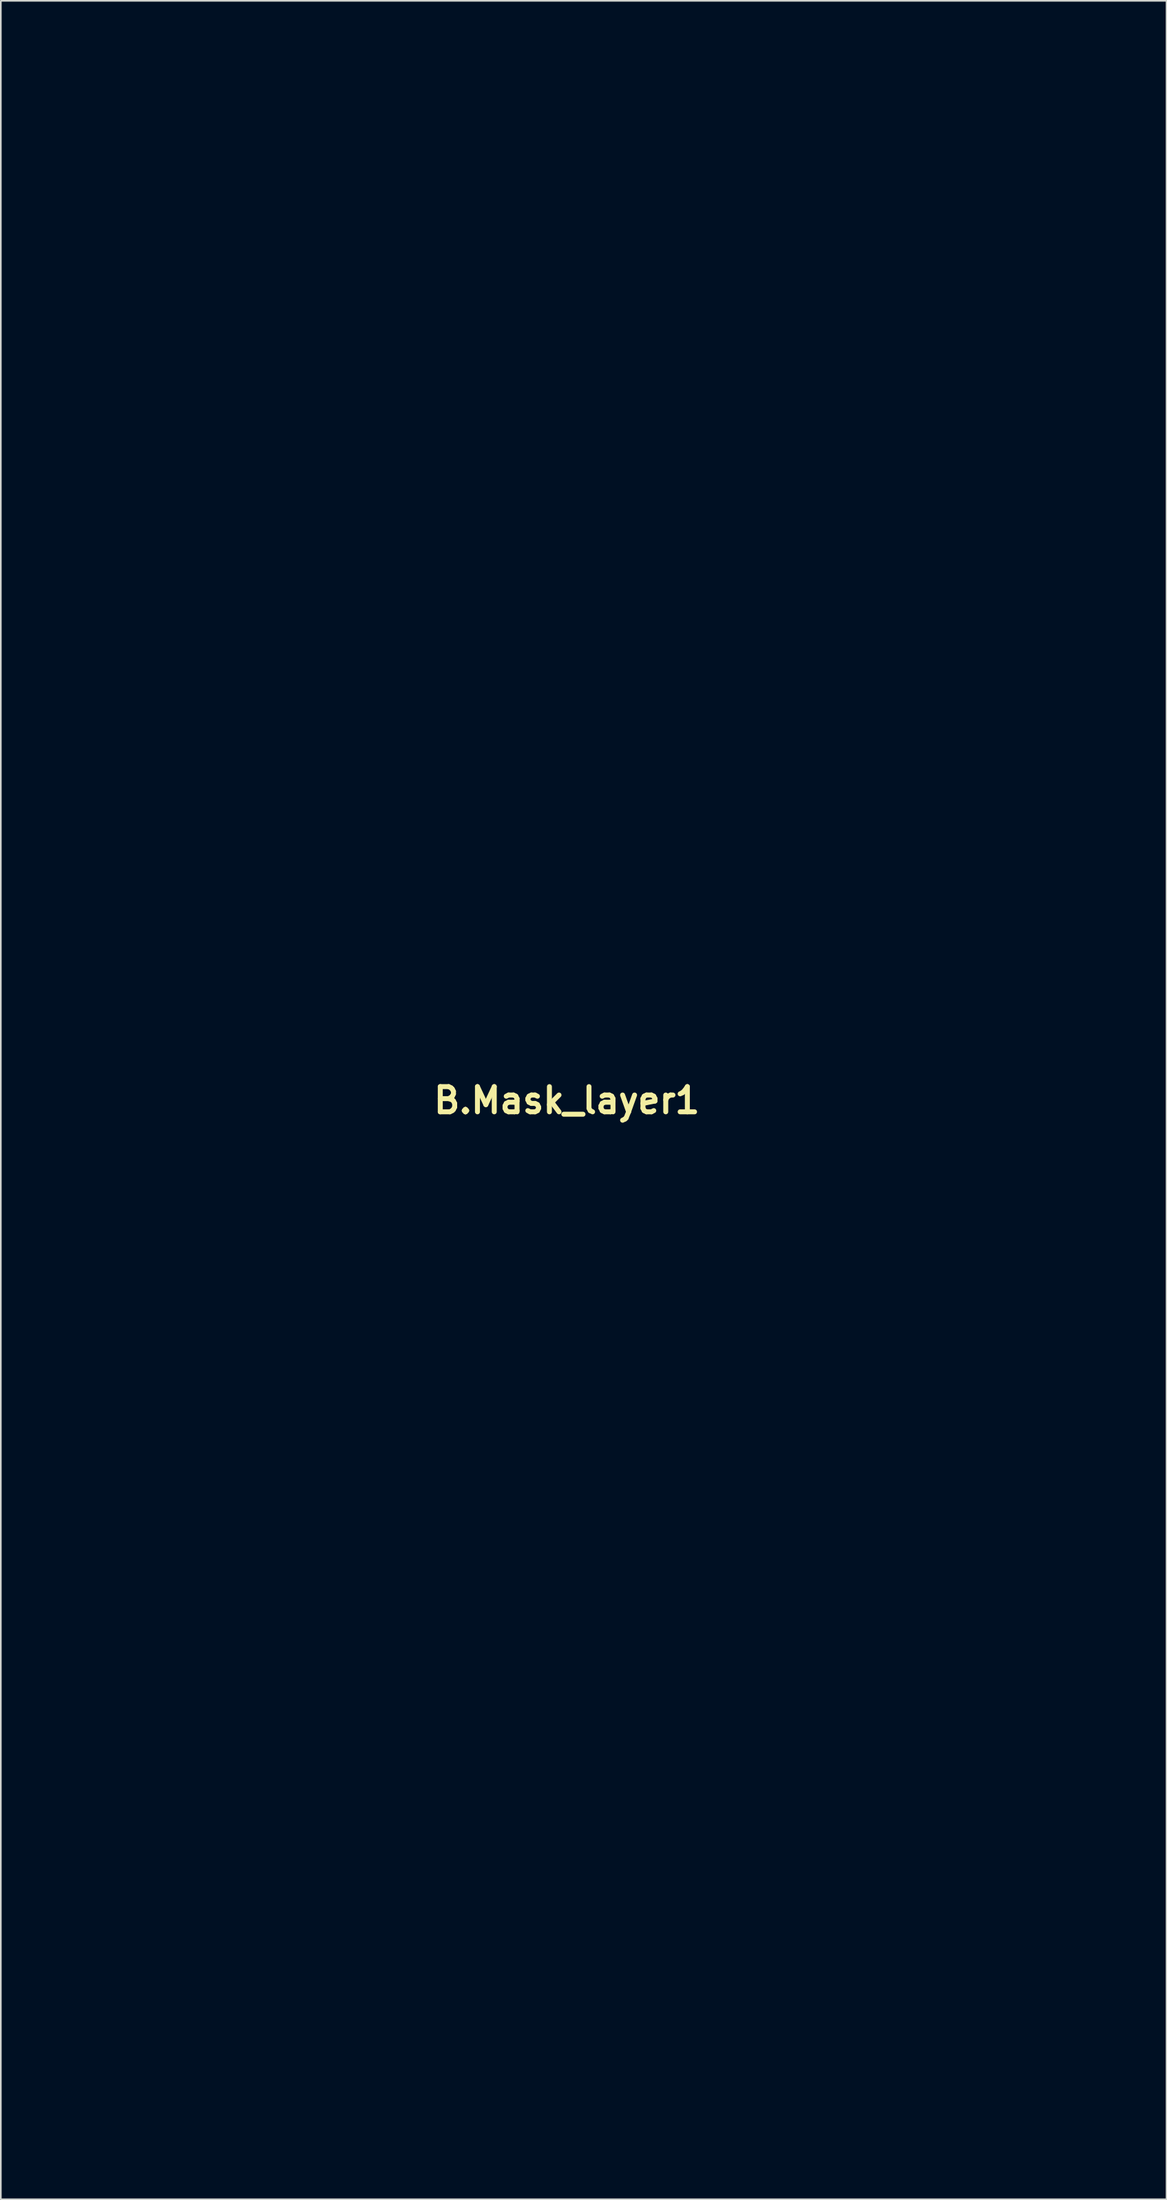
<source format=kicad_pcb>
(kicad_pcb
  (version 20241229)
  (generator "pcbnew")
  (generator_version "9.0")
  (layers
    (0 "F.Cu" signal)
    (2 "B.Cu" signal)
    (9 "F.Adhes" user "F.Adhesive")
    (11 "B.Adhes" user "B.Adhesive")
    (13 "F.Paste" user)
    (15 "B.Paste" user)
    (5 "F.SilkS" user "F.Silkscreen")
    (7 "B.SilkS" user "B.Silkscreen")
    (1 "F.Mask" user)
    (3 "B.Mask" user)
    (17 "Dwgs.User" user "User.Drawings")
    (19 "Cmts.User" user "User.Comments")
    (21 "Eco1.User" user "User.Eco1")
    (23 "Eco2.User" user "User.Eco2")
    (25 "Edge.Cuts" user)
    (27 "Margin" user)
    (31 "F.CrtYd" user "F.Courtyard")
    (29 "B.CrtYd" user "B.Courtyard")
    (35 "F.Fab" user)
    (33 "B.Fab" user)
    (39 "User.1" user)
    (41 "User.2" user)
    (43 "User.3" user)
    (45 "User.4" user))
  (footprint "B.Mask_layer1"
    (layer "F.Cu")
    (at 31.246 63.526)
    (property "Reference" "B.Mask_layer1" (at 0 0 0) (layer "F.SilkS") (effects (font (size 1.524 1.524) (thickness 0.3))))
    (attr through_hole)
    (fp_poly (pts (xy -25.739 31.03) (xy -30.353 31.03) (xy -30.353 26.416) (xy -25.739 26.416) (xy -25.739 31.03)) (stroke (width 0.01) (type solid)) (fill yes) (layer "B.Mask"))
    (fp_poly (pts (xy -25.739 46.419) (xy -30.353 46.419) (xy -30.353 41.804) (xy -25.739 41.804) (xy -25.739 46.419)) (stroke (width 0.01) (type solid)) (fill yes) (layer "B.Mask"))
    (fp_poly (pts (xy -7.027 31.03) (xy -11.663 31.03) (xy -11.663 26.416) (xy -7.027 26.416) (xy -7.027 31.03)) (stroke (width 0.01) (type solid)) (fill yes) (layer "B.Mask"))
    (fp_poly (pts (xy -7.027 46.419) (xy -11.663 46.419) (xy -11.663 41.804) (xy -7.027 41.804) (xy -7.027 46.419)) (stroke (width 0.01) (type solid)) (fill yes) (layer "B.Mask"))
    (fp_poly (pts (xy 11.663 31.03) (xy 7.027 31.03) (xy 7.027 26.416) (xy 11.663 26.416) (xy 11.663 31.03)) (stroke (width 0.01) (type solid)) (fill yes) (layer "B.Mask"))
    (fp_poly (pts (xy 11.663 46.419) (xy 7.027 46.419) (xy 7.027 41.804) (xy 11.663 41.804) (xy 11.663 46.419)) (stroke (width 0.01) (type solid)) (fill yes) (layer "B.Mask"))
    (fp_poly (pts (xy 30.353 31.03) (xy 25.739 31.03) (xy 25.739 26.416) (xy 30.353 26.416) (xy 30.353 31.03)) (stroke (width 0.01) (type solid)) (fill yes) (layer "B.Mask"))
    (fp_poly (pts (xy 30.353 46.419) (xy 25.739 46.419) (xy 25.739 41.804) (xy 30.353 41.804) (xy 30.353 46.419)) (stroke (width 0.01) (type solid)) (fill yes) (layer "B.Mask"))
    (fp_poly (pts (xy -5.143 -53.456) (xy -4.064 -52.377) (xy -4.768 -51.673) (xy -5.472 -50.969) (xy -7.63 -53.128) (xy -6.927 -53.832) (xy -6.223 -54.536) (xy -5.143 -53.456)) (stroke (width 0.01) (type solid)) (fill yes) (layer "B.Mask"))
    (fp_poly (pts (xy 13.531 -53.451) (xy 14.605 -52.377) (xy 13.901 -51.673) (xy 13.197 -50.969) (xy 11.049 -53.118) (xy 11.753 -53.822) (xy 12.457 -54.525) (xy 13.531 -53.451)) (stroke (width 0.01) (type solid)) (fill yes) (layer "B.Mask"))
    (fp_poly (pts (xy 13.531 -15.965) (xy 14.605 -14.891) (xy 13.901 -14.187) (xy 13.197 -13.483) (xy 12.123 -14.557) (xy 11.049 -15.632) (xy 11.753 -16.335) (xy 12.457 -17.039) (xy 13.531 -15.965)) (stroke (width 0.01) (type solid)) (fill yes) (layer "B.Mask"))
    (fp_poly (pts (xy 14.615 -27.39) (xy 13.917 -26.691) (xy 13.775 -26.55) (xy 13.642 -26.418) (xy 13.52 -26.298) (xy 13.414 -26.194) (xy 13.325 -26.109) (xy 13.258 -26.045) (xy 13.214 -26.005) (xy 13.197 -25.993) (xy 13.179 -26.007) (xy 13.134 -26.049) (xy 13.063 -26.117) (xy 12.97 -26.207) (xy 12.857 -26.318) (xy 12.726 -26.447) (xy 12.58 -26.591) (xy 12.421 -26.749) (xy 12.251 -26.918) (xy 12.113 -27.056) (xy 11.049 -28.12) (xy 12.467 -29.538) (xy 14.615 -27.39)) (stroke (width 0.01) (type solid)) (fill yes) (layer "B.Mask"))
    (fp_poly (pts (xy -5.144 -28.459) (xy -4.064 -27.379) (xy -4.757 -26.686) (xy -4.899 -26.545) (xy -5.031 -26.413) (xy -5.152 -26.295) (xy -5.258 -26.191) (xy -5.346 -26.106) (xy -5.413 -26.043) (xy -5.456 -26.004) (xy -5.472 -25.993) (xy -5.49 -26.007) (xy -5.535 -26.049) (xy -5.606 -26.117) (xy -5.699 -26.207) (xy -5.812 -26.318) (xy -5.943 -26.447) (xy -6.09 -26.592) (xy -6.249 -26.75) (xy -6.419 -26.919) (xy -6.562 -27.062) (xy -7.63 -28.131) (xy -6.223 -29.538) (xy -5.144 -28.459)) (stroke (width 0.01) (type solid)) (fill yes) (layer "B.Mask"))
    (fp_poly (pts (xy -5.138 -15.965) (xy -4.064 -14.891) (xy -4.768 -14.187) (xy -4.91 -14.045) (xy -5.043 -13.912) (xy -5.164 -13.793) (xy -5.27 -13.688) (xy -5.357 -13.602) (xy -5.424 -13.537) (xy -5.467 -13.497) (xy -5.482 -13.483) (xy -5.498 -13.498) (xy -5.542 -13.54) (xy -5.611 -13.607) (xy -5.703 -13.698) (xy -5.815 -13.808) (xy -5.945 -13.937) (xy -6.09 -14.082) (xy -6.249 -14.24) (xy -6.418 -14.408) (xy -6.562 -14.552) (xy -7.63 -15.621) (xy -6.213 -17.039) (xy -5.138 -15.965)) (stroke (width 0.01) (type solid)) (fill yes) (layer "B.Mask"))
    (fp_poly (pts (xy 33.285 -52.388) (xy 32.575 -51.678) (xy 31.866 -50.969) (xy 30.803 -52.033) (xy 30.627 -52.209) (xy 30.461 -52.376) (xy 30.305 -52.533) (xy 30.164 -52.676) (xy 30.039 -52.803) (xy 29.932 -52.913) (xy 29.847 -53.001) (xy 29.785 -53.066) (xy 29.748 -53.106) (xy 29.739 -53.118) (xy 29.754 -53.137) (xy 29.795 -53.182) (xy 29.861 -53.252) (xy 29.948 -53.342) (xy 30.053 -53.45) (xy 30.174 -53.572) (xy 30.307 -53.706) (xy 30.438 -53.837) (xy 31.136 -54.536) (xy 33.285 -52.388)) (stroke (width 0.01) (type solid)) (fill yes) (layer "B.Mask"))
    (fp_poly (pts (xy -23.818 -40.952) (xy -22.744 -39.878) (xy -23.442 -39.18) (xy -23.584 -39.038) (xy -23.716 -38.906) (xy -23.837 -38.787) (xy -23.942 -38.683) (xy -24.029 -38.597) (xy -24.095 -38.533) (xy -24.137 -38.494) (xy -24.151 -38.481) (xy -24.167 -38.496) (xy -24.211 -38.538) (xy -24.28 -38.605) (xy -24.372 -38.695) (xy -24.484 -38.806) (xy -24.614 -38.935) (xy -24.759 -39.079) (xy -24.918 -39.237) (xy -25.087 -39.406) (xy -25.231 -39.55) (xy -26.299 -40.619) (xy -25.596 -41.323) (xy -24.892 -42.026) (xy -23.818 -40.952)) (stroke (width 0.01) (type solid)) (fill yes) (layer "B.Mask"))
    (fp_poly (pts (xy -22.744 -27.39) (xy -23.442 -26.691) (xy -23.584 -26.55) (xy -23.717 -26.418) (xy -23.839 -26.298) (xy -23.945 -26.194) (xy -24.034 -26.109) (xy -24.102 -26.045) (xy -24.145 -26.005) (xy -24.162 -25.993) (xy -24.18 -26.007) (xy -24.225 -26.049) (xy -24.296 -26.117) (xy -24.389 -26.207) (xy -24.502 -26.318) (xy -24.633 -26.446) (xy -24.779 -26.591) (xy -24.938 -26.748) (xy -25.107 -26.917) (xy -25.236 -27.046) (xy -25.411 -27.221) (xy -25.576 -27.387) (xy -25.731 -27.543) (xy -25.871 -27.685) (xy -25.995 -27.812) (xy -26.101 -27.92) (xy -26.185 -28.007) (xy -26.246 -28.071) (xy -26.281 -28.11) (xy -26.289 -28.12) (xy -26.274 -28.139) (xy -26.233 -28.185) (xy -26.167 -28.254) (xy -26.08 -28.344) (xy -25.975 -28.452) (xy -25.854 -28.574) (xy -25.722 -28.708) (xy -25.59 -28.84) (xy -24.892 -29.538) (xy -22.744 -27.39)) (stroke (width 0.01) (type solid)) (fill yes) (layer "B.Mask"))
    (fp_poly (pts (xy 33.284 -27.39) (xy 32.586 -26.691) (xy 32.444 -26.55) (xy 32.311 -26.418) (xy 32.189 -26.298) (xy 32.083 -26.194) (xy 31.994 -26.109) (xy 31.927 -26.045) (xy 31.883 -26.005) (xy 31.866 -25.993) (xy 31.848 -26.007) (xy 31.803 -26.049) (xy 31.732 -26.117) (xy 31.639 -26.207) (xy 31.526 -26.318) (xy 31.395 -26.446) (xy 31.249 -26.591) (xy 31.091 -26.748) (xy 30.921 -26.917) (xy 30.792 -27.046) (xy 30.617 -27.221) (xy 30.452 -27.387) (xy 30.298 -27.543) (xy 30.157 -27.685) (xy 30.033 -27.812) (xy 29.928 -27.92) (xy 29.843 -28.007) (xy 29.782 -28.071) (xy 29.747 -28.11) (xy 29.739 -28.12) (xy 29.754 -28.139) (xy 29.795 -28.185) (xy 29.861 -28.254) (xy 29.948 -28.344) (xy 30.053 -28.452) (xy 30.174 -28.574) (xy 30.307 -28.708) (xy 30.438 -28.84) (xy 31.136 -29.538) (xy 33.284 -27.39)) (stroke (width 0.01) (type solid)) (fill yes) (layer "B.Mask"))
    (fp_poly (pts (xy -23.819 -53.463) (xy -22.746 -52.39) (xy -23.441 -51.68) (xy -23.581 -51.536) (xy -23.713 -51.402) (xy -23.833 -51.281) (xy -23.938 -51.176) (xy -24.024 -51.089) (xy -24.091 -51.023) (xy -24.133 -50.983) (xy -24.149 -50.969) (xy -24.165 -50.984) (xy -24.21 -51.026) (xy -24.279 -51.094) (xy -24.371 -51.184) (xy -24.483 -51.294) (xy -24.613 -51.423) (xy -24.759 -51.568) (xy -24.917 -51.725) (xy -25.086 -51.894) (xy -25.225 -52.033) (xy -25.401 -52.209) (xy -25.568 -52.376) (xy -25.723 -52.533) (xy -25.864 -52.676) (xy -25.989 -52.803) (xy -26.096 -52.913) (xy -26.181 -53.001) (xy -26.244 -53.066) (xy -26.28 -53.106) (xy -26.289 -53.118) (xy -26.274 -53.137) (xy -26.233 -53.182) (xy -26.167 -53.252) (xy -26.08 -53.342) (xy -25.975 -53.45) (xy -25.854 -53.572) (xy -25.722 -53.706) (xy -25.59 -53.837) (xy -24.892 -54.536) (xy -23.819 -53.463)) (stroke (width 0.01) (type solid)) (fill yes) (layer "B.Mask"))
    (fp_poly (pts (xy -6.194 -42.001) (xy -6.149 -41.959) (xy -6.078 -41.892) (xy -5.985 -41.801) (xy -5.872 -41.69) (xy -5.741 -41.562) (xy -5.595 -41.417) (xy -5.436 -41.259) (xy -5.266 -41.09) (xy -5.128 -40.952) (xy -4.064 -39.888) (xy -4.768 -39.185) (xy -4.91 -39.043) (xy -5.043 -38.91) (xy -5.164 -38.79) (xy -5.27 -38.686) (xy -5.358 -38.6) (xy -5.424 -38.535) (xy -5.467 -38.494) (xy -5.482 -38.481) (xy -5.499 -38.496) (xy -5.543 -38.538) (xy -5.611 -38.605) (xy -5.703 -38.695) (xy -5.815 -38.806) (xy -5.945 -38.935) (xy -6.09 -39.079) (xy -6.249 -39.237) (xy -6.418 -39.406) (xy -6.562 -39.55) (xy -7.63 -40.619) (xy -6.932 -41.317) (xy -6.79 -41.459) (xy -6.657 -41.591) (xy -6.535 -41.71) (xy -6.429 -41.814) (xy -6.34 -41.9) (xy -6.273 -41.964) (xy -6.229 -42.003) (xy -6.212 -42.016) (xy -6.194 -42.001)) (stroke (width 0.01) (type solid)) (fill yes) (layer "B.Mask"))
    (fp_poly (pts (xy 12.475 -42.001) (xy 12.52 -41.959) (xy 12.591 -41.892) (xy 12.684 -41.801) (xy 12.797 -41.69) (xy 12.928 -41.562) (xy 13.074 -41.417) (xy 13.233 -41.259) (xy 13.403 -41.09) (xy 13.541 -40.952) (xy 14.605 -39.888) (xy 13.901 -39.185) (xy 13.759 -39.043) (xy 13.626 -38.91) (xy 13.505 -38.79) (xy 13.399 -38.686) (xy 13.311 -38.6) (xy 13.245 -38.535) (xy 13.202 -38.494) (xy 13.187 -38.481) (xy 13.17 -38.496) (xy 13.126 -38.538) (xy 13.058 -38.605) (xy 12.966 -38.695) (xy 12.854 -38.806) (xy 12.724 -38.935) (xy 12.579 -39.079) (xy 12.42 -39.237) (xy 12.251 -39.406) (xy 12.107 -39.55) (xy 11.039 -40.619) (xy 11.737 -41.317) (xy 11.879 -41.459) (xy 12.012 -41.591) (xy 12.134 -41.71) (xy 12.24 -41.814) (xy 12.329 -41.9) (xy 12.396 -41.964) (xy 12.44 -42.003) (xy 12.457 -42.016) (xy 12.475 -42.001)) (stroke (width 0.01) (type solid)) (fill yes) (layer "B.Mask"))
    (fp_poly (pts (xy -23.823 -15.981) (xy -23.647 -15.804) (xy -23.48 -15.637) (xy -23.324 -15.48) (xy -23.182 -15.336) (xy -23.057 -15.208) (xy -22.95 -15.099) (xy -22.864 -15.01) (xy -22.801 -14.944) (xy -22.764 -14.903) (xy -22.754 -14.891) (xy -22.769 -14.873) (xy -22.809 -14.828) (xy -22.873 -14.762) (xy -22.956 -14.676) (xy -23.055 -14.575) (xy -23.166 -14.462) (xy -23.285 -14.341) (xy -23.409 -14.216) (xy -23.534 -14.09) (xy -23.657 -13.966) (xy -23.774 -13.849) (xy -23.882 -13.742) (xy -23.976 -13.649) (xy -24.054 -13.573) (xy -24.111 -13.519) (xy -24.144 -13.488) (xy -24.151 -13.483) (xy -24.168 -13.498) (xy -24.212 -13.54) (xy -24.28 -13.607) (xy -24.372 -13.698) (xy -24.484 -13.808) (xy -24.614 -13.937) (xy -24.759 -14.081) (xy -24.917 -14.239) (xy -25.086 -14.408) (xy -25.225 -14.547) (xy -25.401 -14.723) (xy -25.568 -14.89) (xy -25.723 -15.047) (xy -25.864 -15.19) (xy -25.989 -15.317) (xy -26.096 -15.426) (xy -26.181 -15.515) (xy -26.244 -15.58) (xy -26.28 -15.62) (xy -26.289 -15.632) (xy -26.274 -15.651) (xy -26.233 -15.696) (xy -26.167 -15.766) (xy -26.08 -15.856) (xy -25.975 -15.963) (xy -25.854 -16.086) (xy -25.722 -16.22) (xy -25.59 -16.351) (xy -24.892 -17.05) (xy -23.823 -15.981)) (stroke (width 0.01) (type solid)) (fill yes) (layer "B.Mask"))
    (fp_poly (pts (xy 31.144 -42.001) (xy 31.189 -41.959) (xy 31.26 -41.892) (xy 31.353 -41.801) (xy 31.466 -41.69) (xy 31.597 -41.561) (xy 31.744 -41.417) (xy 31.903 -41.259) (xy 32.073 -41.09) (xy 32.216 -40.947) (xy 33.284 -39.878) (xy 32.586 -39.18) (xy 32.444 -39.038) (xy 32.312 -38.906) (xy 32.192 -38.787) (xy 32.086 -38.683) (xy 31.999 -38.597) (xy 31.933 -38.533) (xy 31.892 -38.494) (xy 31.877 -38.481) (xy 31.861 -38.496) (xy 31.817 -38.538) (xy 31.748 -38.605) (xy 31.656 -38.695) (xy 31.544 -38.806) (xy 31.415 -38.935) (xy 31.269 -39.079) (xy 31.111 -39.237) (xy 30.942 -39.405) (xy 30.803 -39.545) (xy 30.627 -39.721) (xy 30.461 -39.888) (xy 30.305 -40.045) (xy 30.164 -40.188) (xy 30.039 -40.315) (xy 29.932 -40.424) (xy 29.847 -40.513) (xy 29.785 -40.578) (xy 29.748 -40.618) (xy 29.739 -40.63) (xy 29.754 -40.649) (xy 29.795 -40.694) (xy 29.859 -40.762) (xy 29.942 -40.848) (xy 30.041 -40.949) (xy 30.152 -41.062) (xy 30.272 -41.182) (xy 30.396 -41.307) (xy 30.521 -41.432) (xy 30.644 -41.554) (xy 30.76 -41.669) (xy 30.867 -41.773) (xy 30.96 -41.863) (xy 31.035 -41.936) (xy 31.091 -41.987) (xy 31.121 -42.013) (xy 31.126 -42.016) (xy 31.144 -42.001)) (stroke (width 0.01) (type solid)) (fill yes) (layer "B.Mask"))
    (fp_poly (pts (xy 32.205 -15.981) (xy 32.381 -15.804) (xy 32.548 -15.637) (xy 32.704 -15.48) (xy 32.846 -15.336) (xy 32.971 -15.208) (xy 33.078 -15.099) (xy 33.165 -15.01) (xy 33.227 -14.944) (xy 33.264 -14.903) (xy 33.274 -14.891) (xy 33.26 -14.873) (xy 33.219 -14.828) (xy 33.155 -14.762) (xy 33.072 -14.676) (xy 32.973 -14.575) (xy 32.863 -14.462) (xy 32.743 -14.341) (xy 32.619 -14.216) (xy 32.494 -14.09) (xy 32.371 -13.966) (xy 32.254 -13.849) (xy 32.147 -13.742) (xy 32.052 -13.649) (xy 31.975 -13.573) (xy 31.917 -13.519) (xy 31.884 -13.488) (xy 31.877 -13.483) (xy 31.86 -13.498) (xy 31.817 -13.54) (xy 31.748 -13.607) (xy 31.656 -13.698) (xy 31.544 -13.808) (xy 31.415 -13.937) (xy 31.269 -14.081) (xy 31.111 -14.239) (xy 30.942 -14.408) (xy 30.803 -14.547) (xy 30.627 -14.723) (xy 30.461 -14.89) (xy 30.305 -15.047) (xy 30.164 -15.19) (xy 30.039 -15.317) (xy 29.932 -15.426) (xy 29.847 -15.515) (xy 29.785 -15.58) (xy 29.748 -15.62) (xy 29.739 -15.632) (xy 29.754 -15.651) (xy 29.795 -15.696) (xy 29.861 -15.766) (xy 29.948 -15.856) (xy 30.053 -15.963) (xy 30.174 -16.086) (xy 30.307 -16.22) (xy 30.438 -16.351) (xy 31.136 -17.05) (xy 32.205 -15.981)) (stroke (width 0.01) (type solid)) (fill yes) (layer "B.Mask"))
    (fp_poly (pts (xy 18.846 0.002) (xy 19.041 0.009) (xy 19.213 0.022) (xy 19.301 0.033) (xy 19.72 0.115) (xy 20.123 0.234) (xy 20.508 0.391) (xy 20.874 0.582) (xy 21.219 0.806) (xy 21.539 1.061) (xy 21.834 1.346) (xy 22.101 1.658) (xy 22.338 1.996) (xy 22.543 2.358) (xy 22.713 2.743) (xy 22.779 2.926) (xy 22.893 3.332) (xy 22.966 3.74) (xy 22.999 4.149) (xy 22.994 4.556) (xy 22.95 4.958) (xy 22.87 5.353) (xy 22.753 5.738) (xy 22.602 6.11) (xy 22.416 6.467) (xy 22.197 6.806) (xy 21.947 7.125) (xy 21.665 7.421) (xy 21.353 7.691) (xy 21.012 7.932) (xy 20.881 8.012) (xy 20.509 8.207) (xy 20.119 8.364) (xy 19.715 8.482) (xy 19.301 8.562) (xy 18.88 8.601) (xy 18.455 8.599) (xy 18.373 8.594) (xy 17.962 8.543) (xy 17.557 8.452) (xy 17.161 8.322) (xy 16.778 8.155) (xy 16.412 7.953) (xy 16.07 7.717) (xy 15.981 7.647) (xy 15.87 7.552) (xy 15.744 7.433) (xy 15.612 7.3) (xy 15.483 7.164) (xy 15.366 7.033) (xy 15.271 6.918) (xy 15.255 6.896) (xy 15.014 6.538) (xy 14.81 6.161) (xy 14.645 5.768) (xy 14.52 5.359) (xy 14.434 4.936) (xy 14.416 4.805) (xy 14.403 4.663) (xy 14.396 4.491) (xy 14.395 4.425) (xy 15.211 4.425) (xy 15.245 4.796) (xy 15.319 5.16) (xy 15.431 5.515) (xy 15.582 5.857) (xy 15.768 6.183) (xy 15.991 6.49) (xy 16.13 6.652) (xy 16.396 6.913) (xy 16.688 7.142) (xy 17.001 7.339) (xy 17.331 7.502) (xy 17.676 7.629) (xy 18.032 7.72) (xy 18.394 7.772) (xy 18.759 7.785) (xy 19.046 7.767) (xy 19.428 7.704) (xy 19.797 7.602) (xy 20.148 7.462) (xy 20.482 7.286) (xy 20.793 7.075) (xy 21.082 6.83) (xy 21.345 6.553) (xy 21.579 6.246) (xy 21.592 6.226) (xy 21.788 5.898) (xy 21.944 5.555) (xy 22.061 5.2) (xy 22.139 4.835) (xy 22.175 4.463) (xy 22.172 4.086) (xy 22.127 3.706) (xy 22.043 3.334) (xy 21.926 2.994) (xy 21.771 2.667) (xy 21.58 2.355) (xy 21.358 2.062) (xy 21.107 1.793) (xy 20.83 1.552) (xy 20.531 1.341) (xy 20.277 1.198) (xy 19.919 1.039) (xy 19.555 0.922) (xy 19.186 0.847) (xy 18.815 0.812) (xy 18.443 0.82) (xy 18.072 0.869) (xy 17.705 0.959) (xy 17.342 1.091) (xy 17.134 1.187) (xy 16.846 1.347) (xy 16.581 1.532) (xy 16.329 1.748) (xy 16.254 1.82) (xy 15.989 2.11) (xy 15.763 2.417) (xy 15.575 2.742) (xy 15.426 3.083) (xy 15.316 3.442) (xy 15.244 3.819) (xy 15.219 4.052) (xy 15.211 4.425) (xy 14.395 4.425) (xy 14.394 4.303) (xy 14.398 4.112) (xy 14.406 3.931) (xy 14.42 3.772) (xy 14.426 3.721) (xy 14.504 3.303) (xy 14.62 2.902) (xy 14.772 2.518) (xy 14.959 2.153) (xy 15.177 1.811) (xy 15.425 1.491) (xy 15.702 1.197) (xy 16.006 0.93) (xy 16.334 0.693) (xy 16.684 0.487) (xy 17.055 0.313) (xy 17.445 0.175) (xy 17.851 0.074) (xy 18.096 0.033) (xy 18.255 0.016) (xy 18.441 0.006) (xy 18.642 0.001) (xy 18.846 0.002)) (stroke (width 0.01) (type solid)) (fill yes) (layer "B.Mask"))
    (fp_poly (pts (xy 0.402 0.014) (xy 0.771 0.058) (xy 1.124 0.134) (xy 1.472 0.244) (xy 1.823 0.389) (xy 1.916 0.433) (xy 2.281 0.634) (xy 2.623 0.869) (xy 2.941 1.138) (xy 3.231 1.437) (xy 3.494 1.766) (xy 3.726 2.123) (xy 3.873 2.397) (xy 4.041 2.78) (xy 4.168 3.171) (xy 4.257 3.567) (xy 4.306 3.966) (xy 4.318 4.364) (xy 4.293 4.759) (xy 4.233 5.149) (xy 4.137 5.532) (xy 4.007 5.904) (xy 3.844 6.262) (xy 3.648 6.606) (xy 3.421 6.931) (xy 3.163 7.235) (xy 2.875 7.517) (xy 2.558 7.772) (xy 2.213 7.999) (xy 1.916 8.16) (xy 1.52 8.331) (xy 1.115 8.461) (xy 0.7 8.549) (xy 0.279 8.596) (xy -0.15 8.602) (xy -0.296 8.594) (xy -0.713 8.545) (xy -1.113 8.458) (xy -1.497 8.336) (xy -1.863 8.18) (xy -2.208 7.993) (xy -2.533 7.776) (xy -2.834 7.533) (xy -3.112 7.264) (xy -3.364 6.972) (xy -3.589 6.659) (xy -3.786 6.328) (xy -3.953 5.979) (xy -4.089 5.617) (xy -4.192 5.242) (xy -4.261 4.856) (xy -4.295 4.463) (xy -4.294 4.297) (xy -3.459 4.297) (xy -3.457 4.505) (xy -3.449 4.682) (xy -3.435 4.838) (xy -3.411 4.983) (xy -3.378 5.128) (xy -3.333 5.284) (xy -3.3 5.387) (xy -3.162 5.735) (xy -2.991 6.062) (xy -2.788 6.366) (xy -2.556 6.646) (xy -2.299 6.9) (xy -2.017 7.125) (xy -1.716 7.32) (xy -1.396 7.484) (xy -1.062 7.614) (xy -0.715 7.709) (xy -0.358 7.767) (xy 0.005 7.786) (xy 0.355 7.767) (xy 0.734 7.705) (xy 1.099 7.605) (xy 1.447 7.468) (xy 1.776 7.298) (xy 2.083 7.094) (xy 2.367 6.861) (xy 2.625 6.598) (xy 2.854 6.31) (xy 3.052 5.996) (xy 3.217 5.66) (xy 3.322 5.38) (xy 3.374 5.214) (xy 3.414 5.067) (xy 3.442 4.929) (xy 3.462 4.79) (xy 3.473 4.638) (xy 3.479 4.463) (xy 3.48 4.297) (xy 3.479 4.135) (xy 3.477 4.007) (xy 3.473 3.904) (xy 3.465 3.818) (xy 3.455 3.74) (xy 3.44 3.661) (xy 3.433 3.627) (xy 3.346 3.292) (xy 3.234 2.981) (xy 3.144 2.783) (xy 2.956 2.444) (xy 2.735 2.132) (xy 2.485 1.85) (xy 2.208 1.597) (xy 1.906 1.377) (xy 1.579 1.189) (xy 1.231 1.037) (xy 0.864 0.92) (xy 0.497 0.844) (xy 0.382 0.831) (xy 0.236 0.823) (xy 0.074 0.819) (xy -0.093 0.819) (xy -0.253 0.825) (xy -0.392 0.834) (xy -0.476 0.844) (xy -0.863 0.926) (xy -1.232 1.045) (xy -1.581 1.2) (xy -1.908 1.393) (xy -1.948 1.42) (xy -2.256 1.656) (xy -2.532 1.919) (xy -2.776 2.209) (xy -2.986 2.524) (xy -3.162 2.864) (xy -3.303 3.226) (xy -3.409 3.611) (xy -3.412 3.627) (xy -3.429 3.707) (xy -3.441 3.783) (xy -3.449 3.863) (xy -3.455 3.956) (xy -3.458 4.07) (xy -3.459 4.214) (xy -3.459 4.297) (xy -4.294 4.297) (xy -4.292 4.063) (xy -4.25 3.66) (xy -4.169 3.254) (xy -4.082 2.953) (xy -3.931 2.558) (xy -3.744 2.183) (xy -3.522 1.83) (xy -3.268 1.501) (xy -2.983 1.199) (xy -2.67 0.925) (xy -2.33 0.681) (xy -1.965 0.47) (xy -1.578 0.293) (xy -1.566 0.289) (xy -1.228 0.171) (xy -0.889 0.085) (xy -0.54 0.029) (xy -0.171 0.003) (xy 0.011 0) (xy 0.402 0.014)) (stroke (width 0.01) (type solid)) (fill yes) (layer "B.Mask"))
    (fp_poly (pts (xy 28.078 -63.51) (xy 29.326 -63.51) (xy 29.538 -63.452) (xy 29.837 -63.35) (xy 30.115 -63.212) (xy 30.369 -63.042) (xy 30.597 -62.841) (xy 30.796 -62.612) (xy 30.963 -62.356) (xy 30.997 -62.293) (xy 31.122 -62.008) (xy 31.207 -61.717) (xy 31.252 -61.422) (xy 31.259 -61.128) (xy 31.228 -60.836) (xy 31.16 -60.552) (xy 31.056 -60.278) (xy 30.917 -60.017) (xy 30.743 -59.774) (xy 30.536 -59.551) (xy 30.296 -59.352) (xy 30.281 -59.341) (xy 30.132 -59.247) (xy 29.956 -59.156) (xy 29.767 -59.075) (xy 29.582 -59.01) (xy 29.533 -58.997) (xy 29.326 -58.94) (xy 28.141 -58.936) (xy 27.917 -58.936) (xy 27.702 -58.936) (xy 27.5 -58.937) (xy 27.317 -58.938) (xy 27.157 -58.94) (xy 27.022 -58.943) (xy 26.92 -58.945) (xy 26.852 -58.949) (xy 26.831 -58.951) (xy 26.529 -59.017) (xy 26.243 -59.12) (xy 25.977 -59.257) (xy 25.732 -59.426) (xy 25.513 -59.624) (xy 25.32 -59.849) (xy 25.158 -60.097) (xy 25.028 -60.366) (xy 24.934 -60.653) (xy 24.891 -60.859) (xy 24.876 -61.008) (xy 24.871 -61.181) (xy 24.873 -61.243) (xy 25.592 -61.243) (xy 25.605 -61.015) (xy 25.652 -60.789) (xy 25.734 -60.569) (xy 25.852 -60.36) (xy 26.007 -60.166) (xy 26.029 -60.143) (xy 26.208 -59.986) (xy 26.41 -59.854) (xy 26.626 -59.753) (xy 26.847 -59.686) (xy 26.928 -59.671) (xy 26.976 -59.667) (xy 27.061 -59.664) (xy 27.179 -59.661) (xy 27.325 -59.659) (xy 27.495 -59.657) (xy 27.684 -59.656) (xy 27.887 -59.656) (xy 28.1 -59.656) (xy 28.131 -59.657) (xy 28.377 -59.658) (xy 28.586 -59.659) (xy 28.76 -59.661) (xy 28.902 -59.664) (xy 29.018 -59.667) (xy 29.11 -59.67) (xy 29.183 -59.675) (xy 29.24 -59.68) (xy 29.285 -59.687) (xy 29.322 -59.694) (xy 29.332 -59.697) (xy 29.577 -59.783) (xy 29.803 -59.904) (xy 30.003 -60.056) (xy 30.177 -60.238) (xy 30.32 -60.445) (xy 30.429 -60.675) (xy 30.441 -60.707) (xy 30.506 -60.952) (xy 30.531 -61.196) (xy 30.518 -61.436) (xy 30.468 -61.668) (xy 30.383 -61.889) (xy 30.266 -62.095) (xy 30.117 -62.282) (xy 29.94 -62.447) (xy 29.735 -62.587) (xy 29.505 -62.697) (xy 29.376 -62.741) (xy 29.339 -62.752) (xy 29.303 -62.761) (xy 29.263 -62.768) (xy 29.216 -62.775) (xy 29.158 -62.779) (xy 29.084 -62.783) (xy 28.99 -62.787) (xy 28.873 -62.789) (xy 28.728 -62.791) (xy 28.552 -62.793) (xy 28.34 -62.795) (xy 28.173 -62.796) (xy 27.907 -62.798) (xy 27.68 -62.799) (xy 27.487 -62.799) (xy 27.324 -62.797) (xy 27.187 -62.793) (xy 27.072 -62.787) (xy 26.975 -62.779) (xy 26.892 -62.768) (xy 26.819 -62.754) (xy 26.752 -62.737) (xy 26.686 -62.717) (xy 26.617 -62.692) (xy 26.607 -62.688) (xy 26.379 -62.582) (xy 26.179 -62.447) (xy 26.006 -62.286) (xy 25.862 -62.104) (xy 25.748 -61.905) (xy 25.664 -61.692) (xy 25.612 -61.47) (xy 25.592 -61.243) (xy 24.873 -61.243) (xy 24.876 -61.365) (xy 24.891 -61.545) (xy 24.914 -61.71) (xy 24.943 -61.838) (xy 25.049 -62.132) (xy 25.19 -62.405) (xy 25.362 -62.655) (xy 25.564 -62.879) (xy 25.792 -63.073) (xy 26.044 -63.236) (xy 26.318 -63.364) (xy 26.416 -63.399) (xy 26.484 -63.422) (xy 26.545 -63.441) (xy 26.603 -63.458) (xy 26.661 -63.471) (xy 26.725 -63.482) (xy 26.796 -63.491) (xy 26.88 -63.497) (xy 26.98 -63.502) (xy 27.1 -63.506) (xy 27.244 -63.508) (xy 27.416 -63.51) (xy 27.619 -63.51) (xy 27.858 -63.51) (xy 28.078 -63.51)) (stroke (width 0.01) (type solid)) (fill yes) (layer "B.Mask"))
    (fp_poly (pts (xy 28.236 15.098) (xy 28.443 15.108) (xy 28.636 15.121) (xy 28.806 15.139) (xy 28.903 15.153) (xy 29.366 15.254) (xy 29.813 15.394) (xy 30.243 15.571) (xy 30.652 15.784) (xy 31.041 16.032) (xy 31.406 16.314) (xy 31.745 16.629) (xy 32.058 16.975) (xy 32.22 17.182) (xy 32.481 17.567) (xy 32.704 17.97) (xy 32.89 18.388) (xy 33.037 18.818) (xy 33.146 19.258) (xy 33.217 19.705) (xy 33.248 20.157) (xy 33.24 20.61) (xy 33.192 21.063) (xy 33.105 21.513) (xy 32.977 21.956) (xy 32.826 22.351) (xy 32.625 22.767) (xy 32.389 23.161) (xy 32.121 23.53) (xy 31.823 23.873) (xy 31.498 24.188) (xy 31.146 24.473) (xy 30.772 24.727) (xy 30.376 24.948) (xy 29.961 25.133) (xy 29.529 25.283) (xy 29.083 25.394) (xy 28.809 25.442) (xy 28.618 25.465) (xy 28.401 25.482) (xy 28.174 25.492) (xy 27.95 25.495) (xy 27.744 25.491) (xy 27.612 25.484) (xy 27.153 25.425) (xy 26.705 25.327) (xy 26.271 25.191) (xy 25.854 25.018) (xy 25.455 24.811) (xy 25.075 24.571) (xy 24.718 24.299) (xy 24.386 23.998) (xy 24.079 23.668) (xy 23.801 23.312) (xy 23.554 22.931) (xy 23.339 22.526) (xy 23.158 22.1) (xy 23.1 21.934) (xy 23.009 21.625) (xy 22.933 21.294) (xy 22.878 20.963) (xy 22.86 20.801) (xy 22.849 20.641) (xy 22.843 20.454) (xy 22.843 20.319) (xy 24.965 20.319) (xy 24.967 20.53) (xy 24.98 20.73) (xy 25.003 20.907) (xy 25.015 20.97) (xy 25.113 21.327) (xy 25.248 21.664) (xy 25.419 21.98) (xy 25.626 22.273) (xy 25.867 22.542) (xy 26.141 22.786) (xy 26.434 22.993) (xy 26.747 23.162) (xy 27.079 23.293) (xy 27.432 23.387) (xy 27.633 23.423) (xy 27.791 23.439) (xy 27.976 23.444) (xy 28.174 23.44) (xy 28.369 23.427) (xy 28.549 23.406) (xy 28.649 23.388) (xy 28.994 23.297) (xy 29.319 23.17) (xy 29.63 23.005) (xy 29.748 22.93) (xy 29.898 22.82) (xy 30.058 22.684) (xy 30.219 22.532) (xy 30.371 22.372) (xy 30.505 22.215) (xy 30.603 22.08) (xy 30.779 21.781) (xy 30.92 21.466) (xy 31.026 21.138) (xy 31.096 20.804) (xy 31.128 20.469) (xy 31.12 20.139) (xy 31.115 20.087) (xy 31.057 19.719) (xy 30.961 19.37) (xy 30.828 19.042) (xy 30.657 18.732) (xy 30.448 18.442) (xy 30.201 18.17) (xy 30.166 18.135) (xy 29.895 17.904) (xy 29.606 17.708) (xy 29.302 17.549) (xy 28.986 17.427) (xy 28.661 17.341) (xy 28.331 17.291) (xy 27.997 17.278) (xy 27.665 17.301) (xy 27.335 17.36) (xy 27.013 17.455) (xy 26.7 17.587) (xy 26.4 17.754) (xy 26.116 17.958) (xy 25.851 18.197) (xy 25.845 18.204) (xy 25.607 18.476) (xy 25.403 18.772) (xy 25.235 19.091) (xy 25.103 19.43) (xy 25.015 19.755) (xy 24.988 19.919) (xy 24.971 20.111) (xy 24.965 20.319) (xy 22.843 20.319) (xy 22.843 20.25) (xy 22.848 20.042) (xy 22.858 19.841) (xy 22.872 19.658) (xy 22.89 19.505) (xy 22.892 19.496) (xy 22.985 19.039) (xy 23.119 18.592) (xy 23.292 18.158) (xy 23.504 17.738) (xy 23.754 17.335) (xy 23.9 17.13) (xy 23.987 17.023) (xy 24.097 16.896) (xy 24.223 16.759) (xy 24.358 16.619) (xy 24.494 16.485) (xy 24.623 16.363) (xy 24.736 16.263) (xy 24.783 16.225) (xy 25.166 15.95) (xy 25.569 15.711) (xy 25.989 15.508) (xy 26.423 15.343) (xy 26.868 15.218) (xy 27.32 15.133) (xy 27.49 15.112) (xy 27.643 15.1) (xy 27.826 15.094) (xy 28.027 15.094) (xy 28.236 15.098)) (stroke (width 0.01) (type solid)) (fill yes) (layer "B.Mask"))
    (fp_poly (pts (xy 28.088 58.897) (xy 29.305 58.898) (xy 29.508 58.953) (xy 29.82 59.058) (xy 30.106 59.196) (xy 30.364 59.365) (xy 30.593 59.565) (xy 30.794 59.796) (xy 30.965 60.057) (xy 30.99 60.101) (xy 31.115 60.376) (xy 31.201 60.662) (xy 31.249 60.954) (xy 31.258 61.249) (xy 31.231 61.542) (xy 31.166 61.829) (xy 31.066 62.106) (xy 30.931 62.369) (xy 30.761 62.615) (xy 30.558 62.838) (xy 30.315 63.043) (xy 30.052 63.21) (xy 29.769 63.34) (xy 29.52 63.42) (xy 29.482 63.43) (xy 29.445 63.438) (xy 29.404 63.445) (xy 29.357 63.451) (xy 29.299 63.455) (xy 29.227 63.459) (xy 29.137 63.462) (xy 29.025 63.465) (xy 28.888 63.466) (xy 28.722 63.468) (xy 28.524 63.469) (xy 28.289 63.47) (xy 28.12 63.471) (xy 27.84 63.472) (xy 27.6 63.472) (xy 27.396 63.472) (xy 27.225 63.471) (xy 27.084 63.469) (xy 26.97 63.466) (xy 26.88 63.462) (xy 26.811 63.457) (xy 26.76 63.451) (xy 26.741 63.448) (xy 26.443 63.372) (xy 26.163 63.259) (xy 25.902 63.111) (xy 25.663 62.93) (xy 25.449 62.72) (xy 25.263 62.483) (xy 25.108 62.222) (xy 24.986 61.939) (xy 24.932 61.768) (xy 24.906 61.64) (xy 24.887 61.483) (xy 24.876 61.31) (xy 24.873 61.132) (xy 24.874 61.102) (xy 25.595 61.102) (xy 25.601 61.35) (xy 25.646 61.594) (xy 25.703 61.763) (xy 25.79 61.948) (xy 25.895 62.109) (xy 26.028 62.263) (xy 26.058 62.293) (xy 26.254 62.462) (xy 26.465 62.592) (xy 26.692 62.685) (xy 26.857 62.728) (xy 26.911 62.734) (xy 27.001 62.74) (xy 27.122 62.744) (xy 27.269 62.748) (xy 27.438 62.751) (xy 27.623 62.753) (xy 27.819 62.754) (xy 28.022 62.754) (xy 28.226 62.753) (xy 28.427 62.751) (xy 28.62 62.749) (xy 28.8 62.746) (xy 28.961 62.742) (xy 29.1 62.738) (xy 29.21 62.732) (xy 29.288 62.726) (xy 29.326 62.72) (xy 29.531 62.647) (xy 29.705 62.565) (xy 29.86 62.466) (xy 30.008 62.343) (xy 30.079 62.274) (xy 30.246 62.078) (xy 30.375 61.867) (xy 30.464 61.64) (xy 30.515 61.396) (xy 30.528 61.182) (xy 30.508 60.93) (xy 30.45 60.69) (xy 30.355 60.466) (xy 30.226 60.26) (xy 30.066 60.076) (xy 29.876 59.918) (xy 29.66 59.787) (xy 29.42 59.687) (xy 29.343 59.664) (xy 29.306 59.653) (xy 29.269 59.645) (xy 29.229 59.638) (xy 29.183 59.632) (xy 29.126 59.627) (xy 29.055 59.624) (xy 28.965 59.621) (xy 28.853 59.619) (xy 28.714 59.618) (xy 28.546 59.617) (xy 28.343 59.617) (xy 28.103 59.617) (xy 28.067 59.617) (xy 27.806 59.617) (xy 27.583 59.617) (xy 27.394 59.618) (xy 27.236 59.621) (xy 27.103 59.625) (xy 26.993 59.631) (xy 26.9 59.64) (xy 26.821 59.652) (xy 26.753 59.667) (xy 26.69 59.686) (xy 26.628 59.71) (xy 26.565 59.738) (xy 26.495 59.771) (xy 26.46 59.788) (xy 26.366 59.836) (xy 26.29 59.883) (xy 26.219 59.936) (xy 26.142 60.006) (xy 26.069 60.078) (xy 25.987 60.165) (xy 25.909 60.254) (xy 25.845 60.335) (xy 25.805 60.394) (xy 25.698 60.618) (xy 25.627 60.856) (xy 25.595 61.102) (xy 24.874 61.102) (xy 24.879 60.962) (xy 24.893 60.813) (xy 24.901 60.763) (xy 24.979 60.462) (xy 25.093 60.179) (xy 25.243 59.917) (xy 25.426 59.678) (xy 25.64 59.464) (xy 25.882 59.279) (xy 26.152 59.124) (xy 26.324 59.048) (xy 26.401 59.017) (xy 26.471 58.992) (xy 26.537 58.97) (xy 26.605 58.951) (xy 26.676 58.936) (xy 26.757 58.924) (xy 26.849 58.915) (xy 26.958 58.908) (xy 27.087 58.903) (xy 27.24 58.9) (xy 27.42 58.898) (xy 27.633 58.897) (xy 27.88 58.897) (xy 28.088 58.897)) (stroke (width 0.01) (type solid)) (fill yes) (layer "B.Mask"))
    (fp_poly (pts (xy -28.347 58.889) (xy -28.097 58.89) (xy -27.908 58.892) (xy -27.655 58.894) (xy -27.439 58.896) (xy -27.258 58.899) (xy -27.106 58.902) (xy -26.979 58.906) (xy -26.874 58.912) (xy -26.786 58.92) (xy -26.71 58.93) (xy -26.642 58.942) (xy -26.579 58.957) (xy -26.516 58.975) (xy -26.448 58.997) (xy -26.376 59.022) (xy -26.277 59.06) (xy -26.166 59.109) (xy -26.064 59.159) (xy -26.059 59.162) (xy -25.801 59.323) (xy -25.572 59.511) (xy -25.374 59.723) (xy -25.207 59.954) (xy -25.072 60.202) (xy -24.968 60.463) (xy -24.896 60.734) (xy -24.858 61.011) (xy -24.852 61.291) (xy -24.881 61.57) (xy -24.944 61.845) (xy -25.042 62.113) (xy -25.175 62.369) (xy -25.344 62.612) (xy -25.521 62.808) (xy -25.759 63.016) (xy -26.012 63.186) (xy -26.286 63.319) (xy -26.558 63.41) (xy -26.765 63.467) (xy -27.993 63.472) (xy -28.254 63.473) (xy -28.477 63.474) (xy -28.665 63.474) (xy -28.821 63.473) (xy -28.951 63.472) (xy -29.057 63.47) (xy -29.142 63.467) (xy -29.212 63.464) (xy -29.27 63.459) (xy -29.318 63.453) (xy -29.362 63.446) (xy -29.405 63.438) (xy -29.411 63.436) (xy -29.717 63.351) (xy -30.001 63.229) (xy -30.262 63.074) (xy -30.498 62.886) (xy -30.707 62.669) (xy -30.887 62.424) (xy -31.035 62.153) (xy -31.149 61.858) (xy -31.184 61.738) (xy -31.209 61.607) (xy -31.226 61.446) (xy -31.234 61.268) (xy -31.233 61.098) (xy -30.516 61.098) (xy -30.511 61.343) (xy -30.467 61.582) (xy -30.386 61.811) (xy -30.271 62.025) (xy -30.125 62.219) (xy -29.95 62.391) (xy -29.749 62.534) (xy -29.55 62.634) (xy -29.487 62.66) (xy -29.429 62.682) (xy -29.372 62.7) (xy -29.312 62.715) (xy -29.244 62.727) (xy -29.165 62.736) (xy -29.071 62.743) (xy -28.958 62.748) (xy -28.822 62.751) (xy -28.659 62.753) (xy -28.466 62.753) (xy -28.238 62.752) (xy -27.993 62.751) (xy -27.742 62.75) (xy -27.53 62.748) (xy -27.353 62.747) (xy -27.207 62.745) (xy -27.088 62.742) (xy -26.993 62.739) (xy -26.919 62.735) (xy -26.86 62.73) (xy -26.815 62.724) (xy -26.778 62.717) (xy -26.747 62.709) (xy -26.498 62.614) (xy -26.274 62.486) (xy -26.076 62.328) (xy -25.907 62.143) (xy -25.77 61.933) (xy -25.667 61.7) (xy -25.6 61.448) (xy -25.59 61.394) (xy -25.575 61.155) (xy -25.599 60.918) (xy -25.659 60.689) (xy -25.754 60.471) (xy -25.88 60.268) (xy -26.035 60.086) (xy -26.215 59.928) (xy -26.418 59.8) (xy -26.642 59.704) (xy -26.661 59.698) (xy -26.735 59.677) (xy -26.812 59.659) (xy -26.897 59.644) (xy -26.994 59.632) (xy -27.108 59.623) (xy -27.243 59.616) (xy -27.403 59.611) (xy -27.593 59.608) (xy -27.816 59.607) (xy -28.046 59.606) (xy -28.305 59.607) (xy -28.525 59.608) (xy -28.712 59.611) (xy -28.869 59.616) (xy -29.001 59.623) (xy -29.113 59.632) (xy -29.207 59.644) (xy -29.289 59.659) (xy -29.363 59.676) (xy -29.433 59.698) (xy -29.458 59.707) (xy -29.621 59.772) (xy -29.762 59.849) (xy -29.895 59.944) (xy -30.031 60.067) (xy -30.057 60.092) (xy -30.227 60.289) (xy -30.358 60.504) (xy -30.451 60.735) (xy -30.504 60.984) (xy -30.516 61.098) (xy -31.233 61.098) (xy -31.233 61.084) (xy -31.224 60.907) (xy -31.206 60.749) (xy -31.185 60.64) (xy -31.088 60.345) (xy -30.955 60.067) (xy -30.787 59.808) (xy -30.587 59.574) (xy -30.358 59.369) (xy -30.333 59.349) (xy -30.216 59.27) (xy -30.072 59.187) (xy -29.916 59.108) (xy -29.76 59.04) (xy -29.617 58.988) (xy -29.559 58.971) (xy -29.481 58.952) (xy -29.405 58.936) (xy -29.326 58.922) (xy -29.239 58.912) (xy -29.142 58.903) (xy -29.029 58.897) (xy -28.898 58.892) (xy -28.743 58.89) (xy -28.56 58.889) (xy -28.347 58.889)) (stroke (width 0.01) (type solid)) (fill yes) (layer "B.Mask"))
    (fp_poly (pts (xy 9.553 15.098) (xy 9.759 15.108) (xy 9.951 15.121) (xy 10.118 15.139) (xy 10.213 15.153) (xy 10.571 15.227) (xy 10.903 15.318) (xy 11.225 15.432) (xy 11.553 15.574) (xy 11.652 15.621) (xy 12.054 15.841) (xy 12.434 16.095) (xy 12.79 16.383) (xy 13.12 16.702) (xy 13.421 17.049) (xy 13.693 17.423) (xy 13.931 17.821) (xy 14.024 18.002) (xy 14.211 18.428) (xy 14.357 18.866) (xy 14.463 19.312) (xy 14.529 19.763) (xy 14.555 20.218) (xy 14.542 20.674) (xy 14.488 21.127) (xy 14.395 21.575) (xy 14.261 22.016) (xy 14.088 22.447) (xy 14.002 22.626) (xy 13.801 22.992) (xy 13.578 23.33) (xy 13.325 23.651) (xy 13.037 23.963) (xy 13.028 23.972) (xy 12.68 24.291) (xy 12.311 24.575) (xy 11.921 24.821) (xy 11.511 25.031) (xy 11.083 25.202) (xy 10.638 25.336) (xy 10.176 25.431) (xy 9.728 25.484) (xy 9.559 25.496) (xy 9.41 25.501) (xy 9.264 25.501) (xy 9.107 25.495) (xy 8.924 25.482) (xy 8.472 25.426) (xy 8.027 25.33) (xy 7.592 25.194) (xy 7.169 25.02) (xy 6.762 24.81) (xy 6.374 24.564) (xy 6.007 24.284) (xy 5.664 23.972) (xy 5.636 23.944) (xy 5.323 23.597) (xy 5.044 23.227) (xy 4.801 22.834) (xy 4.594 22.419) (xy 4.423 21.983) (xy 4.289 21.527) (xy 4.209 21.153) (xy 4.194 21.065) (xy 4.182 20.984) (xy 4.173 20.902) (xy 4.167 20.813) (xy 4.163 20.709) (xy 4.161 20.582) (xy 4.16 20.425) (xy 4.16 20.364) (xy 6.269 20.364) (xy 6.27 20.535) (xy 6.278 20.685) (xy 6.285 20.75) (xy 6.352 21.102) (xy 6.458 21.439) (xy 6.599 21.757) (xy 6.773 22.056) (xy 6.979 22.332) (xy 7.212 22.583) (xy 7.472 22.807) (xy 7.756 23.002) (xy 8.062 23.166) (xy 8.387 23.295) (xy 8.729 23.388) (xy 8.988 23.432) (xy 9.104 23.441) (xy 9.248 23.444) (xy 9.409 23.442) (xy 9.573 23.435) (xy 9.727 23.423) (xy 9.858 23.408) (xy 9.906 23.399) (xy 10.208 23.325) (xy 10.504 23.222) (xy 10.781 23.095) (xy 10.933 23.009) (xy 11.226 22.805) (xy 11.492 22.572) (xy 11.731 22.311) (xy 11.938 22.026) (xy 12.113 21.721) (xy 12.251 21.399) (xy 12.352 21.064) (xy 12.392 20.866) (xy 12.412 20.703) (xy 12.423 20.512) (xy 12.425 20.311) (xy 12.419 20.113) (xy 12.403 19.934) (xy 12.392 19.857) (xy 12.316 19.525) (xy 12.2 19.198) (xy 12.049 18.884) (xy 11.864 18.587) (xy 11.649 18.315) (xy 11.598 18.26) (xy 11.335 18.009) (xy 11.049 17.793) (xy 10.74 17.613) (xy 10.407 17.468) (xy 10.306 17.432) (xy 10.107 17.372) (xy 9.921 17.329) (xy 9.733 17.302) (xy 9.53 17.288) (xy 9.345 17.285) (xy 9.009 17.3) (xy 8.696 17.347) (xy 8.396 17.427) (xy 8.103 17.542) (xy 8.024 17.579) (xy 7.7 17.759) (xy 7.405 17.97) (xy 7.141 18.21) (xy 6.908 18.477) (xy 6.707 18.77) (xy 6.54 19.088) (xy 6.408 19.43) (xy 6.326 19.725) (xy 6.304 19.853) (xy 6.286 20.01) (xy 6.274 20.185) (xy 6.269 20.364) (xy 4.16 20.364) (xy 4.16 20.299) (xy 4.16 20.082) (xy 4.164 19.899) (xy 4.171 19.741) (xy 4.183 19.598) (xy 4.201 19.463) (xy 4.226 19.326) (xy 4.258 19.179) (xy 4.298 19.012) (xy 4.307 18.976) (xy 4.439 18.545) (xy 4.61 18.124) (xy 4.82 17.715) (xy 5.066 17.323) (xy 5.267 17.05) (xy 5.337 16.966) (xy 5.432 16.862) (xy 5.544 16.744) (xy 5.665 16.621) (xy 5.789 16.498) (xy 5.908 16.385) (xy 6.015 16.288) (xy 6.101 16.214) (xy 6.109 16.208) (xy 6.484 15.939) (xy 6.882 15.704) (xy 7.298 15.504) (xy 7.73 15.341) (xy 8.172 15.217) (xy 8.622 15.133) (xy 8.802 15.111) (xy 8.958 15.1) (xy 9.142 15.094) (xy 9.344 15.094) (xy 9.553 15.098)) (stroke (width 0.01) (type solid)) (fill yes) (layer "B.Mask"))
    (fp_poly (pts (xy -27.775 -63.521) (xy -27.545 -63.52) (xy -27.349 -63.518) (xy -27.183 -63.515) (xy -27.043 -63.511) (xy -26.925 -63.504) (xy -26.824 -63.496) (xy -26.736 -63.485) (xy -26.658 -63.471) (xy -26.585 -63.455) (xy -26.512 -63.435) (xy -26.437 -63.411) (xy -26.416 -63.404) (xy -26.135 -63.29) (xy -25.874 -63.14) (xy -25.637 -62.958) (xy -25.425 -62.748) (xy -25.243 -62.512) (xy -25.092 -62.254) (xy -24.975 -61.978) (xy -24.895 -61.686) (xy -24.881 -61.606) (xy -24.851 -61.294) (xy -24.861 -60.988) (xy -24.911 -60.692) (xy -24.998 -60.407) (xy -25.121 -60.137) (xy -25.279 -59.886) (xy -25.47 -59.655) (xy -25.692 -59.449) (xy -25.944 -59.269) (xy -26.131 -59.164) (xy -26.336 -59.076) (xy -26.562 -59.005) (xy -26.791 -58.956) (xy -26.827 -58.951) (xy -26.883 -58.946) (xy -26.977 -58.942) (xy -27.102 -58.939) (xy -27.253 -58.936) (xy -27.426 -58.934) (xy -27.616 -58.932) (xy -27.817 -58.931) (xy -28.023 -58.931) (xy -28.231 -58.931) (xy -28.434 -58.932) (xy -28.627 -58.933) (xy -28.806 -58.935) (xy -28.965 -58.938) (xy -29.098 -58.941) (xy -29.202 -58.945) (xy -29.27 -58.95) (xy -29.284 -58.951) (xy -29.582 -59.015) (xy -29.867 -59.119) (xy -30.137 -59.261) (xy -30.39 -59.44) (xy -30.622 -59.655) (xy -30.639 -59.673) (xy -30.832 -59.908) (xy -30.988 -60.162) (xy -31.108 -60.437) (xy -31.193 -60.736) (xy -31.201 -60.771) (xy -31.231 -60.984) (xy -31.241 -61.218) (xy -31.236 -61.32) (xy -30.517 -61.32) (xy -30.513 -61.078) (xy -30.471 -60.84) (xy -30.389 -60.605) (xy -30.271 -60.387) (xy -30.12 -60.191) (xy -29.942 -60.02) (xy -29.739 -59.877) (xy -29.515 -59.766) (xy -29.274 -59.69) (xy -29.158 -59.668) (xy -29.116 -59.665) (xy -29.036 -59.662) (xy -28.923 -59.66) (xy -28.781 -59.658) (xy -28.615 -59.656) (xy -28.43 -59.656) (xy -28.229 -59.655) (xy -28.018 -59.656) (xy -27.982 -59.656) (xy -27.741 -59.657) (xy -27.538 -59.658) (xy -27.37 -59.66) (xy -27.232 -59.661) (xy -27.12 -59.664) (xy -27.03 -59.667) (xy -26.959 -59.671) (xy -26.902 -59.676) (xy -26.856 -59.682) (xy -26.815 -59.689) (xy -26.777 -59.699) (xy -26.747 -59.707) (xy -26.534 -59.781) (xy -26.343 -59.882) (xy -26.162 -60.015) (xy -26.044 -60.124) (xy -25.955 -60.215) (xy -25.888 -60.291) (xy -25.836 -60.363) (xy -25.789 -60.445) (xy -25.753 -60.516) (xy -25.68 -60.676) (xy -25.63 -60.817) (xy -25.599 -60.955) (xy -25.585 -61.104) (xy -25.582 -61.225) (xy -25.588 -61.39) (xy -25.607 -61.534) (xy -25.642 -61.672) (xy -25.698 -61.817) (xy -25.753 -61.934) (xy -25.803 -62.03) (xy -25.851 -62.109) (xy -25.908 -62.182) (xy -25.981 -62.263) (xy -26.044 -62.327) (xy -26.136 -62.417) (xy -26.213 -62.483) (xy -26.287 -62.536) (xy -26.37 -62.584) (xy -26.437 -62.618) (xy -26.512 -62.655) (xy -26.577 -62.685) (xy -26.638 -62.711) (xy -26.698 -62.732) (xy -26.761 -62.749) (xy -26.832 -62.763) (xy -26.916 -62.773) (xy -27.015 -62.78) (xy -27.135 -62.786) (xy -27.28 -62.79) (xy -27.454 -62.792) (xy -27.662 -62.794) (xy -27.906 -62.796) (xy -27.94 -62.796) (xy -28.23 -62.798) (xy -28.48 -62.799) (xy -28.689 -62.798) (xy -28.861 -62.795) (xy -28.995 -62.792) (xy -29.094 -62.786) (xy -29.155 -62.78) (xy -29.401 -62.725) (xy -29.629 -62.634) (xy -29.837 -62.512) (xy -30.022 -62.362) (xy -30.181 -62.187) (xy -30.313 -61.992) (xy -30.415 -61.78) (xy -30.483 -61.555) (xy -30.517 -61.32) (xy -31.236 -61.32) (xy -31.23 -61.457) (xy -31.2 -61.684) (xy -31.172 -61.811) (xy -31.074 -62.103) (xy -30.939 -62.376) (xy -30.771 -62.627) (xy -30.571 -62.854) (xy -30.343 -63.052) (xy -30.09 -63.219) (xy -29.813 -63.353) (xy -29.727 -63.386) (xy -29.646 -63.414) (xy -29.571 -63.438) (xy -29.496 -63.458) (xy -29.419 -63.474) (xy -29.334 -63.488) (xy -29.238 -63.498) (xy -29.126 -63.506) (xy -28.995 -63.512) (xy -28.84 -63.516) (xy -28.657 -63.519) (xy -28.443 -63.52) (xy -28.192 -63.521) (xy -28.043 -63.521) (xy -27.775 -63.521)) (stroke (width 0.01) (type solid)) (fill yes) (layer "B.Mask"))
    (fp_poly (pts (xy 0.496 -3.498) (xy 0.966 -3.458) (xy 1.182 -3.429) (xy 1.733 -3.327) (xy 2.273 -3.185) (xy 2.8 -3.005) (xy 3.313 -2.786) (xy 3.808 -2.532) (xy 4.284 -2.243) (xy 4.739 -1.921) (xy 5.172 -1.567) (xy 5.579 -1.182) (xy 5.958 -0.768) (xy 6.309 -0.326) (xy 6.628 0.142) (xy 6.651 0.179) (xy 6.932 0.67) (xy 7.175 1.179) (xy 7.38 1.703) (xy 7.546 2.24) (xy 7.674 2.788) (xy 7.762 3.344) (xy 7.811 3.906) (xy 7.819 4.471) (xy 7.786 5.037) (xy 7.713 5.601) (xy 7.682 5.775) (xy 7.555 6.325) (xy 7.389 6.862) (xy 7.185 7.385) (xy 6.944 7.892) (xy 6.667 8.379) (xy 6.357 8.845) (xy 6.015 9.288) (xy 5.641 9.706) (xy 5.238 10.097) (xy 4.806 10.458) (xy 4.348 10.787) (xy 4.296 10.821) (xy 4.171 10.902) (xy 4.076 10.963) (xy 4.007 11.005) (xy 3.959 11.031) (xy 3.928 11.043) (xy 3.909 11.045) (xy 3.897 11.038) (xy 3.896 11.038) (xy 3.882 11.016) (xy 3.849 10.961) (xy 3.799 10.877) (xy 3.734 10.767) (xy 3.657 10.636) (xy 3.571 10.488) (xy 3.476 10.325) (xy 3.399 10.192) (xy 3.286 9.995) (xy 3.192 9.833) (xy 3.116 9.7) (xy 3.057 9.594) (xy 3.013 9.512) (xy 2.981 9.45) (xy 2.961 9.405) (xy 2.951 9.375) (xy 2.949 9.355) (xy 2.953 9.343) (xy 2.958 9.338) (xy 2.99 9.316) (xy 3.048 9.277) (xy 3.126 9.225) (xy 3.214 9.167) (xy 3.217 9.165) (xy 3.614 8.881) (xy 3.983 8.565) (xy 4.324 8.219) (xy 4.635 7.847) (xy 4.915 7.451) (xy 5.161 7.032) (xy 5.373 6.594) (xy 5.548 6.138) (xy 5.685 5.667) (xy 5.747 5.382) (xy 5.79 5.11) (xy 5.821 4.812) (xy 5.838 4.499) (xy 5.842 4.185) (xy 5.832 3.883) (xy 5.81 3.631) (xy 5.731 3.136) (xy 5.613 2.655) (xy 5.455 2.19) (xy 5.259 1.742) (xy 5.026 1.312) (xy 4.755 0.901) (xy 4.448 0.511) (xy 4.129 0.168) (xy 3.807 -0.133) (xy 3.478 -0.399) (xy 3.131 -0.636) (xy 2.758 -0.851) (xy 2.669 -0.897) (xy 2.24 -1.098) (xy 1.812 -1.26) (xy 1.381 -1.383) (xy 0.939 -1.47) (xy 0.481 -1.523) (xy 0.201 -1.538) (xy -0.285 -1.536) (xy -0.757 -1.495) (xy -1.22 -1.415) (xy -1.676 -1.295) (xy -2.127 -1.134) (xy -2.578 -0.932) (xy -2.651 -0.895) (xy -3.078 -0.654) (xy -3.48 -0.38) (xy -3.855 -0.076) (xy -4.202 0.258) (xy -4.52 0.618) (xy -4.807 1.003) (xy -5.061 1.411) (xy -5.282 1.839) (xy -5.467 2.285) (xy -5.616 2.748) (xy -5.727 3.224) (xy -5.789 3.631) (xy -5.813 3.918) (xy -5.821 4.229) (xy -5.815 4.551) (xy -5.795 4.871) (xy -5.761 5.174) (xy -5.726 5.387) (xy -5.613 5.861) (xy -5.461 6.323) (xy -5.272 6.77) (xy -5.046 7.2) (xy -4.787 7.609) (xy -4.495 7.996) (xy -4.172 8.358) (xy -3.821 8.691) (xy -3.442 8.995) (xy -3.196 9.165) (xy -3.108 9.223) (xy -3.03 9.275) (xy -2.97 9.315) (xy -2.937 9.338) (xy -2.937 9.338) (xy -2.93 9.347) (xy -2.928 9.362) (xy -2.933 9.385) (xy -2.946 9.421) (xy -2.971 9.471) (xy -3.007 9.541) (xy -3.056 9.631) (xy -3.121 9.747) (xy -3.203 9.89) (xy -3.304 10.065) (xy -3.383 10.202) (xy -3.483 10.374) (xy -3.577 10.534) (xy -3.663 10.678) (xy -3.74 10.804) (xy -3.803 10.907) (xy -3.852 10.983) (xy -3.884 11.03) (xy -3.897 11.043) (xy -3.935 11.035) (xy -3.979 11.013) (xy -4.236 10.843) (xy -4.462 10.69) (xy -4.663 10.547) (xy -4.843 10.411) (xy -5.01 10.276) (xy -5.17 10.139) (xy -5.327 9.994) (xy -5.488 9.837) (xy -5.514 9.811) (xy -5.907 9.389) (xy -6.265 8.943) (xy -6.587 8.475) (xy -6.874 7.987) (xy -7.123 7.479) (xy -7.335 6.954) (xy -7.508 6.412) (xy -7.643 5.856) (xy -7.737 5.287) (xy -7.758 5.108) (xy -7.774 4.923) (xy -7.784 4.707) (xy -7.79 4.474) (xy -7.792 4.232) (xy -7.788 3.994) (xy -7.78 3.77) (xy -7.767 3.571) (xy -7.758 3.471) (xy -7.672 2.891) (xy -7.547 2.326) (xy -7.384 1.777) (xy -7.183 1.246) (xy -6.945 0.733) (xy -6.669 0.239) (xy -6.357 -0.233) (xy -6.009 -0.684) (xy -5.626 -1.113) (xy -5.426 -1.313) (xy -4.998 -1.698) (xy -4.546 -2.05) (xy -4.071 -2.366) (xy -3.576 -2.645) (xy -3.061 -2.888) (xy -2.53 -3.094) (xy -1.983 -3.26) (xy -1.423 -3.386) (xy -1.376 -3.395) (xy -0.931 -3.46) (xy -0.464 -3.499) (xy 0.015 -3.512) (xy 0.496 -3.498)) (stroke (width 0.01) (type solid)) (fill yes) (layer "B.Mask"))
    (fp_poly (pts (xy 19.224 -3.499) (xy 19.779 -3.442) (xy 20.328 -3.345) (xy 20.867 -3.21) (xy 21.394 -3.037) (xy 21.909 -2.826) (xy 22.408 -2.579) (xy 22.89 -2.295) (xy 23.353 -1.975) (xy 23.794 -1.621) (xy 24.195 -1.249) (xy 24.594 -0.824) (xy 24.956 -0.379) (xy 25.28 0.086) (xy 25.567 0.571) (xy 25.816 1.076) (xy 26.029 1.602) (xy 26.205 2.148) (xy 26.344 2.714) (xy 26.446 3.302) (xy 26.451 3.344) (xy 26.467 3.489) (xy 26.478 3.666) (xy 26.486 3.869) (xy 26.491 4.089) (xy 26.493 4.316) (xy 26.491 4.543) (xy 26.485 4.76) (xy 26.476 4.959) (xy 26.464 5.132) (xy 26.451 5.249) (xy 26.352 5.837) (xy 26.214 6.405) (xy 26.04 6.954) (xy 25.828 7.483) (xy 25.578 7.992) (xy 25.292 8.481) (xy 24.969 8.948) (xy 24.609 9.395) (xy 24.213 9.82) (xy 23.781 10.223) (xy 23.717 10.279) (xy 23.621 10.357) (xy 23.509 10.445) (xy 23.386 10.538) (xy 23.256 10.632) (xy 23.125 10.725) (xy 22.998 10.812) (xy 22.88 10.891) (xy 22.777 10.957) (xy 22.692 11.008) (xy 22.631 11.039) (xy 22.602 11.048) (xy 22.587 11.03) (xy 22.554 10.98) (xy 22.505 10.902) (xy 22.444 10.801) (xy 22.371 10.68) (xy 22.29 10.545) (xy 22.205 10.4) (xy 22.116 10.249) (xy 22.027 10.097) (xy 21.94 9.947) (xy 21.859 9.806) (xy 21.785 9.676) (xy 21.721 9.563) (xy 21.67 9.471) (xy 21.634 9.404) (xy 21.616 9.367) (xy 21.615 9.363) (xy 21.62 9.337) (xy 21.629 9.335) (xy 21.658 9.322) (xy 21.715 9.289) (xy 21.793 9.239) (xy 21.888 9.175) (xy 21.992 9.103) (xy 22.1 9.027) (xy 22.205 8.949) (xy 22.303 8.876) (xy 22.386 8.811) (xy 22.399 8.8) (xy 22.553 8.666) (xy 22.72 8.508) (xy 22.891 8.336) (xy 23.057 8.159) (xy 23.208 7.986) (xy 23.336 7.828) (xy 23.352 7.807) (xy 23.63 7.406) (xy 23.87 6.992) (xy 24.073 6.561) (xy 24.24 6.112) (xy 24.373 5.641) (xy 24.473 5.146) (xy 24.483 5.08) (xy 24.497 4.959) (xy 24.508 4.805) (xy 24.516 4.628) (xy 24.521 4.436) (xy 24.522 4.239) (xy 24.521 4.047) (xy 24.515 3.868) (xy 24.507 3.711) (xy 24.495 3.587) (xy 24.493 3.577) (xy 24.401 3.068) (xy 24.272 2.579) (xy 24.106 2.11) (xy 23.903 1.661) (xy 23.663 1.234) (xy 23.387 0.827) (xy 23.074 0.442) (xy 22.818 0.169) (xy 22.456 -0.163) (xy 22.073 -0.461) (xy 21.671 -0.723) (xy 21.253 -0.95) (xy 20.82 -1.14) (xy 20.375 -1.294) (xy 19.921 -1.412) (xy 19.46 -1.492) (xy 18.994 -1.536) (xy 18.526 -1.542) (xy 18.058 -1.51) (xy 17.593 -1.44) (xy 17.132 -1.332) (xy 16.678 -1.184) (xy 16.234 -0.998) (xy 15.802 -0.773) (xy 15.727 -0.729) (xy 15.337 -0.474) (xy 14.964 -0.184) (xy 14.611 0.136) (xy 14.285 0.48) (xy 13.99 0.844) (xy 13.749 1.196) (xy 13.506 1.623) (xy 13.301 2.065) (xy 13.134 2.521) (xy 13.006 2.988) (xy 12.918 3.462) (xy 12.869 3.943) (xy 12.86 4.426) (xy 12.891 4.91) (xy 12.963 5.392) (xy 13.075 5.869) (xy 13.201 6.265) (xy 13.279 6.467) (xy 13.377 6.689) (xy 13.488 6.917) (xy 13.604 7.139) (xy 13.721 7.342) (xy 13.795 7.461) (xy 14.087 7.867) (xy 14.409 8.246) (xy 14.761 8.597) (xy 15.138 8.916) (xy 15.539 9.201) (xy 15.563 9.216) (xy 15.786 9.359) (xy 15.479 9.892) (xy 15.389 10.049) (xy 15.295 10.212) (xy 15.202 10.372) (xy 15.116 10.522) (xy 15.042 10.651) (xy 14.992 10.737) (xy 14.932 10.84) (xy 14.877 10.928) (xy 14.832 10.996) (xy 14.801 11.038) (xy 14.788 11.049) (xy 14.762 11.038) (xy 14.708 11.008) (xy 14.633 10.964) (xy 14.543 10.909) (xy 14.512 10.89) (xy 14.046 10.57) (xy 13.606 10.219) (xy 13.195 9.838) (xy 12.812 9.43) (xy 12.46 8.997) (xy 12.14 8.54) (xy 11.853 8.062) (xy 11.601 7.565) (xy 11.385 7.051) (xy 11.207 6.522) (xy 11.068 5.98) (xy 10.996 5.609) (xy 10.962 5.39) (xy 10.936 5.194) (xy 10.916 5.009) (xy 10.904 4.824) (xy 10.896 4.625) (xy 10.893 4.402) (xy 10.892 4.286) (xy 10.901 3.879) (xy 10.925 3.499) (xy 10.968 3.135) (xy 11.031 2.776) (xy 11.115 2.409) (xy 11.133 2.34) (xy 11.299 1.783) (xy 11.499 1.25) (xy 11.736 0.739) (xy 12.008 0.251) (xy 12.317 -0.217) (xy 12.663 -0.666) (xy 13.048 -1.096) (xy 13.263 -1.313) (xy 13.69 -1.7) (xy 14.14 -2.051) (xy 14.612 -2.367) (xy 15.104 -2.646) (xy 15.615 -2.888) (xy 16.143 -3.092) (xy 16.688 -3.256) (xy 16.969 -3.325) (xy 17.534 -3.43) (xy 18.099 -3.494) (xy 18.663 -3.517) (xy 19.224 -3.499)) (stroke (width 0.01) (type solid)) (fill yes) (layer "B.Mask")))
  (gr_rect
    (start -3 -3)
    (end 67.535 130.005)
    (stroke (width 0.1) (type default))
    (fill no)
    (layer "Edge.Cuts")))
</source>
